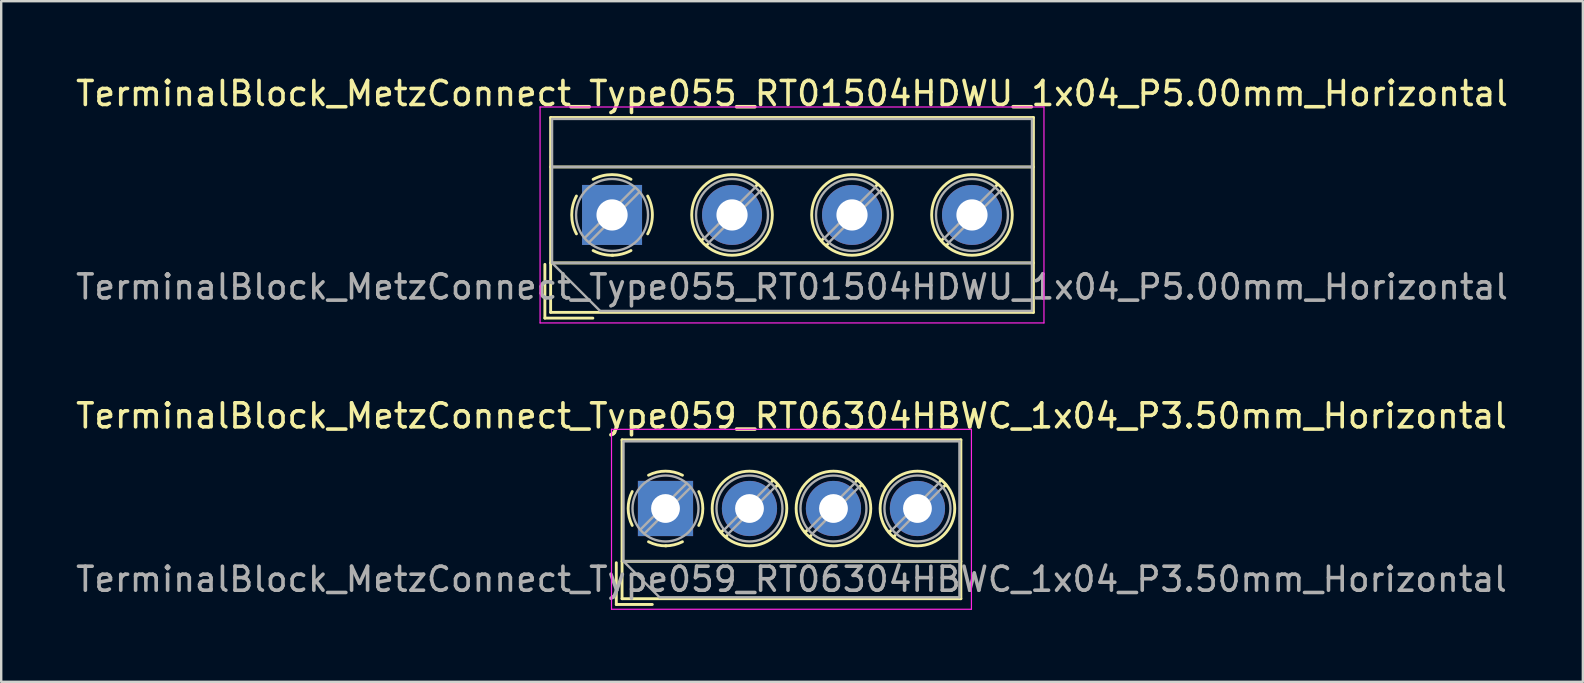
<source format=kicad_pcb>
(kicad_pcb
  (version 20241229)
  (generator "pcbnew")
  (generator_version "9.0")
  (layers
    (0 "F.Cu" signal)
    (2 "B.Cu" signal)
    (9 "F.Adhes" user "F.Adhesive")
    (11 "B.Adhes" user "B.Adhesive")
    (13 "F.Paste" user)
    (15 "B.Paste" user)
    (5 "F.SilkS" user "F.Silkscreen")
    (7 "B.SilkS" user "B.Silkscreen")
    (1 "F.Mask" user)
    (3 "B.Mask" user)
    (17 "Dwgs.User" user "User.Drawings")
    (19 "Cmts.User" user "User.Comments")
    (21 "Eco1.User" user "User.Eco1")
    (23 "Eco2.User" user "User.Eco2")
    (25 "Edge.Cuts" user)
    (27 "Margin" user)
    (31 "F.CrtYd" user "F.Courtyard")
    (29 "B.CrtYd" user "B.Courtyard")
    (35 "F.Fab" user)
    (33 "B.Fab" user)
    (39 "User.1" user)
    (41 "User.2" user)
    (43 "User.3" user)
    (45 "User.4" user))
  (footprint "TerminalBlock_MetzConnect_Type059_RT06304HBWC_1x04_P3.50mm_Horizontal"
    (layer "F.Cu")
    (at 24.685 18.142)
    (property "Reference" "TerminalBlock_MetzConnect_Type059_RT06304HBWC_1x04_P3.50mm_Horizontal" (at 5.25 -3.86 0) (layer "F.SilkS") (effects (font (size 1 1) (thickness 0.15))))
    (attr through_hole)
    (fp_line (start -2.05 2.26) (end -2.05 4) (stroke (width 0.12) (type solid)) (layer "F.SilkS"))
    (fp_line (start -2.05 4) (end -0.55 4) (stroke (width 0.12) (type solid)) (layer "F.SilkS"))
    (fp_line (start -1.81 -2.86) (end -1.81 3.76) (stroke (width 0.12) (type solid)) (layer "F.SilkS"))
    (fp_line (start -1.81 -2.86) (end 12.31 -2.86) (stroke (width 0.12) (type solid)) (layer "F.SilkS"))
    (fp_line (start -1.81 2.2) (end 12.31 2.2) (stroke (width 0.12) (type solid)) (layer "F.SilkS"))
    (fp_line (start -1.81 3.76) (end 12.31 3.76) (stroke (width 0.12) (type solid)) (layer "F.SilkS"))
    (fp_line (start 2.397 0.914) (end 2.321 0.99) (stroke (width 0.12) (type solid)) (layer "F.SilkS"))
    (fp_line (start 2.565 1.125) (end 2.511 1.18) (stroke (width 0.12) (type solid)) (layer "F.SilkS"))
    (fp_line (start 4.49 -1.18) (end 4.436 -1.126) (stroke (width 0.12) (type solid)) (layer "F.SilkS"))
    (fp_line (start 4.68 -0.99) (end 4.604 -0.914) (stroke (width 0.12) (type solid)) (layer "F.SilkS"))
    (fp_line (start 5.897 0.914) (end 5.821 0.99) (stroke (width 0.12) (type solid)) (layer "F.SilkS"))
    (fp_line (start 6.065 1.125) (end 6.011 1.18) (stroke (width 0.12) (type solid)) (layer "F.SilkS"))
    (fp_line (start 7.99 -1.18) (end 7.936 -1.126) (stroke (width 0.12) (type solid)) (layer "F.SilkS"))
    (fp_line (start 8.18 -0.99) (end 8.104 -0.914) (stroke (width 0.12) (type solid)) (layer "F.SilkS"))
    (fp_line (start 9.397 0.914) (end 9.321 0.99) (stroke (width 0.12) (type solid)) (layer "F.SilkS"))
    (fp_line (start 9.565 1.125) (end 9.511 1.18) (stroke (width 0.12) (type solid)) (layer "F.SilkS"))
    (fp_line (start 11.49 -1.18) (end 11.436 -1.126) (stroke (width 0.12) (type solid)) (layer "F.SilkS"))
    (fp_line (start 11.68 -0.99) (end 11.604 -0.914) (stroke (width 0.12) (type solid)) (layer "F.SilkS"))
    (fp_line (start 12.31 -2.86) (end 12.31 3.76) (stroke (width 0.12) (type solid)) (layer "F.SilkS"))
    (fp_arc (start -1.386645 0.705733) (mid -1.555906 -0.000711) (end -1.386 -0.707) (stroke (width 0.12) (type solid)) (layer "F.SilkS"))
    (fp_arc (start -0.705733 -1.386645) (mid 0.000711 -1.555906) (end 0.707 -1.386) (stroke (width 0.12) (type solid)) (layer "F.SilkS"))
    (fp_arc (start 0.026444 1.555682) (mid -0.350695 1.515869) (end -0.707 1.386) (stroke (width 0.12) (type solid)) (layer "F.SilkS"))
    (fp_arc (start 0.705955 1.385515) (mid 0.363007 1.512035) (end 0 1.555) (stroke (width 0.12) (type solid)) (layer "F.SilkS"))
    (fp_arc (start 1.386645 -0.705733) (mid 1.555906 0.000711) (end 1.386 0.707) (stroke (width 0.12) (type solid)) (layer "F.SilkS"))
    (fp_circle (center 3.5 0) (end 5.055 0) (stroke (width 0.12) (type solid)) (fill no) (layer "F.SilkS"))
    (fp_circle (center 7 0) (end 8.555 0) (stroke (width 0.12) (type solid)) (fill no) (layer "F.SilkS"))
    (fp_circle (center 10.5 0) (end 12.055 0) (stroke (width 0.12) (type solid)) (fill no) (layer "F.SilkS"))
    (fp_line (start -2.25 -3.3) (end -2.25 4.2) (stroke (width 0.05) (type solid)) (layer "F.CrtYd"))
    (fp_line (start -2.25 4.2) (end 12.75 4.2) (stroke (width 0.05) (type solid)) (layer "F.CrtYd"))
    (fp_line (start 12.75 -3.3) (end -2.25 -3.3) (stroke (width 0.05) (type solid)) (layer "F.CrtYd"))
    (fp_line (start 12.75 4.2) (end 12.75 -3.3) (stroke (width 0.05) (type solid)) (layer "F.CrtYd"))
    (fp_line (start -1.75 -2.8) (end 12.25 -2.8) (stroke (width 0.1) (type solid)) (layer "F.Fab"))
    (fp_line (start -1.75 2.2) (end -1.75 -2.8) (stroke (width 0.1) (type solid)) (layer "F.Fab"))
    (fp_line (start -1.75 2.2) (end 12.25 2.2) (stroke (width 0.1) (type solid)) (layer "F.Fab"))
    (fp_line (start -0.25 3.7) (end -1.75 2.2) (stroke (width 0.1) (type solid)) (layer "F.Fab"))
    (fp_line (start 0.876 -1.043) (end -1.043 0.875) (stroke (width 0.1) (type solid)) (layer "F.Fab"))
    (fp_line (start 1.043 -0.875) (end -0.876 1.043) (stroke (width 0.1) (type solid)) (layer "F.Fab"))
    (fp_line (start 4.376 -1.043) (end 2.458 0.875) (stroke (width 0.1) (type solid)) (layer "F.Fab"))
    (fp_line (start 4.543 -0.875) (end 2.625 1.043) (stroke (width 0.1) (type solid)) (layer "F.Fab"))
    (fp_line (start 7.876 -1.043) (end 5.958 0.875) (stroke (width 0.1) (type solid)) (layer "F.Fab"))
    (fp_line (start 8.043 -0.875) (end 6.125 1.043) (stroke (width 0.1) (type solid)) (layer "F.Fab"))
    (fp_line (start 11.376 -1.043) (end 9.458 0.875) (stroke (width 0.1) (type solid)) (layer "F.Fab"))
    (fp_line (start 11.543 -0.875) (end 9.625 1.043) (stroke (width 0.1) (type solid)) (layer "F.Fab"))
    (fp_line (start 12.25 -2.8) (end 12.25 3.7) (stroke (width 0.1) (type solid)) (layer "F.Fab"))
    (fp_line (start 12.25 3.7) (end -0.25 3.7) (stroke (width 0.1) (type solid)) (layer "F.Fab"))
    (fp_circle (center 0 0) (end 1.375 0) (stroke (width 0.1) (type solid)) (fill no) (layer "F.Fab"))
    (fp_circle (center 3.5 0) (end 4.875 0) (stroke (width 0.1) (type solid)) (fill no) (layer "F.Fab"))
    (fp_circle (center 7 0) (end 8.375 0) (stroke (width 0.1) (type solid)) (fill no) (layer "F.Fab"))
    (fp_circle (center 10.5 0) (end 11.875 0) (stroke (width 0.1) (type solid)) (fill no) (layer "F.Fab"))
    (fp_text user "${REFERENCE}" (at 5.25 2.95 0) (layer "F.Fab") (effects (font (size 1 1) (thickness 0.15))))
    (pad "1" thru_hole rect (at 0 0) (size 2.3 2.3) (drill 1.2) (layers "*.Cu" "*.Mask"))
    (pad "2" thru_hole circle (at 3.5 0) (size 2.3 2.3) (drill 1.2) (layers "*.Cu" "*.Mask"))
    (pad "3" thru_hole circle (at 7 0) (size 2.3 2.3) (drill 1.2) (layers "*.Cu" "*.Mask"))
    (pad "4" thru_hole circle (at 10.5 0) (size 2.3 2.3) (drill 1.2) (layers "*.Cu" "*.Mask")))
  (footprint "TerminalBlock_MetzConnect_Type055_RT01504HDWU_1x04_P5.00mm_Horizontal"
    (layer "F.Cu")
    (at 22.458 5.908)
    (property "Reference" "TerminalBlock_MetzConnect_Type055_RT01504HDWU_1x04_P5.00mm_Horizontal" (at 7.5 -5.06 0) (layer "F.SilkS") (effects (font (size 1 1) (thickness 0.15))))
    (attr through_hole)
    (fp_line (start -2.8 2.06) (end -2.8 4.3) (stroke (width 0.12) (type solid)) (layer "F.SilkS"))
    (fp_line (start -2.8 4.3) (end -0.8 4.3) (stroke (width 0.12) (type solid)) (layer "F.SilkS"))
    (fp_line (start -2.56 -4.06) (end -2.56 4.06) (stroke (width 0.12) (type solid)) (layer "F.SilkS"))
    (fp_line (start -2.56 -4.06) (end 17.561 -4.06) (stroke (width 0.12) (type solid)) (layer "F.SilkS"))
    (fp_line (start -2.56 -2) (end 17.561 -2) (stroke (width 0.12) (type solid)) (layer "F.SilkS"))
    (fp_line (start -2.56 2) (end 17.561 2) (stroke (width 0.12) (type solid)) (layer "F.SilkS"))
    (fp_line (start -2.56 4.06) (end 17.561 4.06) (stroke (width 0.12) (type solid)) (layer "F.SilkS"))
    (fp_line (start 3.82 0.976) (end 3.726 1.069) (stroke (width 0.12) (type solid)) (layer "F.SilkS"))
    (fp_line (start 3.99 1.216) (end 3.931 1.274) (stroke (width 0.12) (type solid)) (layer "F.SilkS"))
    (fp_line (start 6.07 -1.275) (end 6.011 -1.216) (stroke (width 0.12) (type solid)) (layer "F.SilkS"))
    (fp_line (start 6.275 -1.069) (end 6.181 -0.976) (stroke (width 0.12) (type solid)) (layer "F.SilkS"))
    (fp_line (start 8.82 0.976) (end 8.726 1.069) (stroke (width 0.12) (type solid)) (layer "F.SilkS"))
    (fp_line (start 8.99 1.216) (end 8.931 1.274) (stroke (width 0.12) (type solid)) (layer "F.SilkS"))
    (fp_line (start 11.07 -1.275) (end 11.011 -1.216) (stroke (width 0.12) (type solid)) (layer "F.SilkS"))
    (fp_line (start 11.275 -1.069) (end 11.181 -0.976) (stroke (width 0.12) (type solid)) (layer "F.SilkS"))
    (fp_line (start 13.82 0.976) (end 13.726 1.069) (stroke (width 0.12) (type solid)) (layer "F.SilkS"))
    (fp_line (start 13.99 1.216) (end 13.931 1.274) (stroke (width 0.12) (type solid)) (layer "F.SilkS"))
    (fp_line (start 16.07 -1.275) (end 16.011 -1.216) (stroke (width 0.12) (type solid)) (layer "F.SilkS"))
    (fp_line (start 16.275 -1.069) (end 16.181 -0.976) (stroke (width 0.12) (type solid)) (layer "F.SilkS"))
    (fp_line (start 17.561 -4.06) (end 17.561 4.06) (stroke (width 0.12) (type solid)) (layer "F.SilkS"))
    (fp_arc (start -1.483953 0.789089) (mid -1.680708 0.00005) (end -1.484 -0.789) (stroke (width 0.12) (type solid)) (layer "F.SilkS"))
    (fp_arc (start -0.789089 -1.483953) (mid -0.00005 -1.680708) (end 0.789 -1.484) (stroke (width 0.12) (type solid)) (layer "F.SilkS"))
    (fp_arc (start 0.029383 1.68045) (mid -0.392304 1.634281) (end -0.789 1.484) (stroke (width 0.12) (type solid)) (layer "F.SilkS"))
    (fp_arc (start 0.788712 1.483352) (mid 0.406429 1.630097) (end 0 1.68) (stroke (width 0.12) (type solid)) (layer "F.SilkS"))
    (fp_arc (start 1.483953 -0.789089) (mid 1.680708 -0.00005) (end 1.484 0.789) (stroke (width 0.12) (type solid)) (layer "F.SilkS"))
    (fp_circle (center 5 0) (end 6.68 0) (stroke (width 0.12) (type solid)) (fill no) (layer "F.SilkS"))
    (fp_circle (center 10 0) (end 11.68 0) (stroke (width 0.12) (type solid)) (fill no) (layer "F.SilkS"))
    (fp_circle (center 15 0) (end 16.68 0) (stroke (width 0.12) (type solid)) (fill no) (layer "F.SilkS"))
    (fp_line (start -3 -4.5) (end -3 4.5) (stroke (width 0.05) (type solid)) (layer "F.CrtYd"))
    (fp_line (start -3 4.5) (end 18 4.5) (stroke (width 0.05) (type solid)) (layer "F.CrtYd"))
    (fp_line (start 18 -4.5) (end -3 -4.5) (stroke (width 0.05) (type solid)) (layer "F.CrtYd"))
    (fp_line (start 18 4.5) (end 18 -4.5) (stroke (width 0.05) (type solid)) (layer "F.CrtYd"))
    (fp_line (start -2.5 -4) (end 17.5 -4) (stroke (width 0.1) (type solid)) (layer "F.Fab"))
    (fp_line (start -2.5 -2) (end 17.5 -2) (stroke (width 0.1) (type solid)) (layer "F.Fab"))
    (fp_line (start -2.5 2) (end -2.5 -4) (stroke (width 0.1) (type solid)) (layer "F.Fab"))
    (fp_line (start -2.5 2) (end 17.5 2) (stroke (width 0.1) (type solid)) (layer "F.Fab"))
    (fp_line (start -0.5 4) (end -2.5 2) (stroke (width 0.1) (type solid)) (layer "F.Fab"))
    (fp_line (start 0.955 -1.138) (end -1.138 0.955) (stroke (width 0.1) (type solid)) (layer "F.Fab"))
    (fp_line (start 1.138 -0.955) (end -0.955 1.138) (stroke (width 0.1) (type solid)) (layer "F.Fab"))
    (fp_line (start 5.955 -1.138) (end 3.863 0.955) (stroke (width 0.1) (type solid)) (layer "F.Fab"))
    (fp_line (start 6.138 -0.955) (end 4.046 1.138) (stroke (width 0.1) (type solid)) (layer "F.Fab"))
    (fp_line (start 10.955 -1.138) (end 8.863 0.955) (stroke (width 0.1) (type solid)) (layer "F.Fab"))
    (fp_line (start 11.138 -0.955) (end 9.046 1.138) (stroke (width 0.1) (type solid)) (layer "F.Fab"))
    (fp_line (start 15.955 -1.138) (end 13.863 0.955) (stroke (width 0.1) (type solid)) (layer "F.Fab"))
    (fp_line (start 16.138 -0.955) (end 14.046 1.138) (stroke (width 0.1) (type solid)) (layer "F.Fab"))
    (fp_line (start 17.5 -4) (end 17.5 4) (stroke (width 0.1) (type solid)) (layer "F.Fab"))
    (fp_line (start 17.5 4) (end -0.5 4) (stroke (width 0.1) (type solid)) (layer "F.Fab"))
    (fp_circle (center 0 0) (end 1.5 0) (stroke (width 0.1) (type solid)) (fill no) (layer "F.Fab"))
    (fp_circle (center 5 0) (end 6.5 0) (stroke (width 0.1) (type solid)) (fill no) (layer "F.Fab"))
    (fp_circle (center 10 0) (end 11.5 0) (stroke (width 0.1) (type solid)) (fill no) (layer "F.Fab"))
    (fp_circle (center 15 0) (end 16.5 0) (stroke (width 0.1) (type solid)) (fill no) (layer "F.Fab"))
    (fp_text user "${REFERENCE}" (at 7.5 3 0) (layer "F.Fab") (effects (font (size 1 1) (thickness 0.15))))
    (pad "1" thru_hole rect (at 0 0) (size 2.5 2.5) (drill 1.3) (layers "*.Cu" "*.Mask"))
    (pad "2" thru_hole circle (at 5 0) (size 2.5 2.5) (drill 1.3) (layers "*.Cu" "*.Mask"))
    (pad "3" thru_hole circle (at 10 0) (size 2.5 2.5) (drill 1.3) (layers "*.Cu" "*.Mask"))
    (pad "4" thru_hole circle (at 15 0) (size 2.5 2.5) (drill 1.3) (layers "*.Cu" "*.Mask")))
  (gr_rect
    (start -3 -3)
    (end 62.917 25.366)
    (stroke (width 0.1) (type default))
    (fill no)
    (layer "Edge.Cuts")))
</source>
